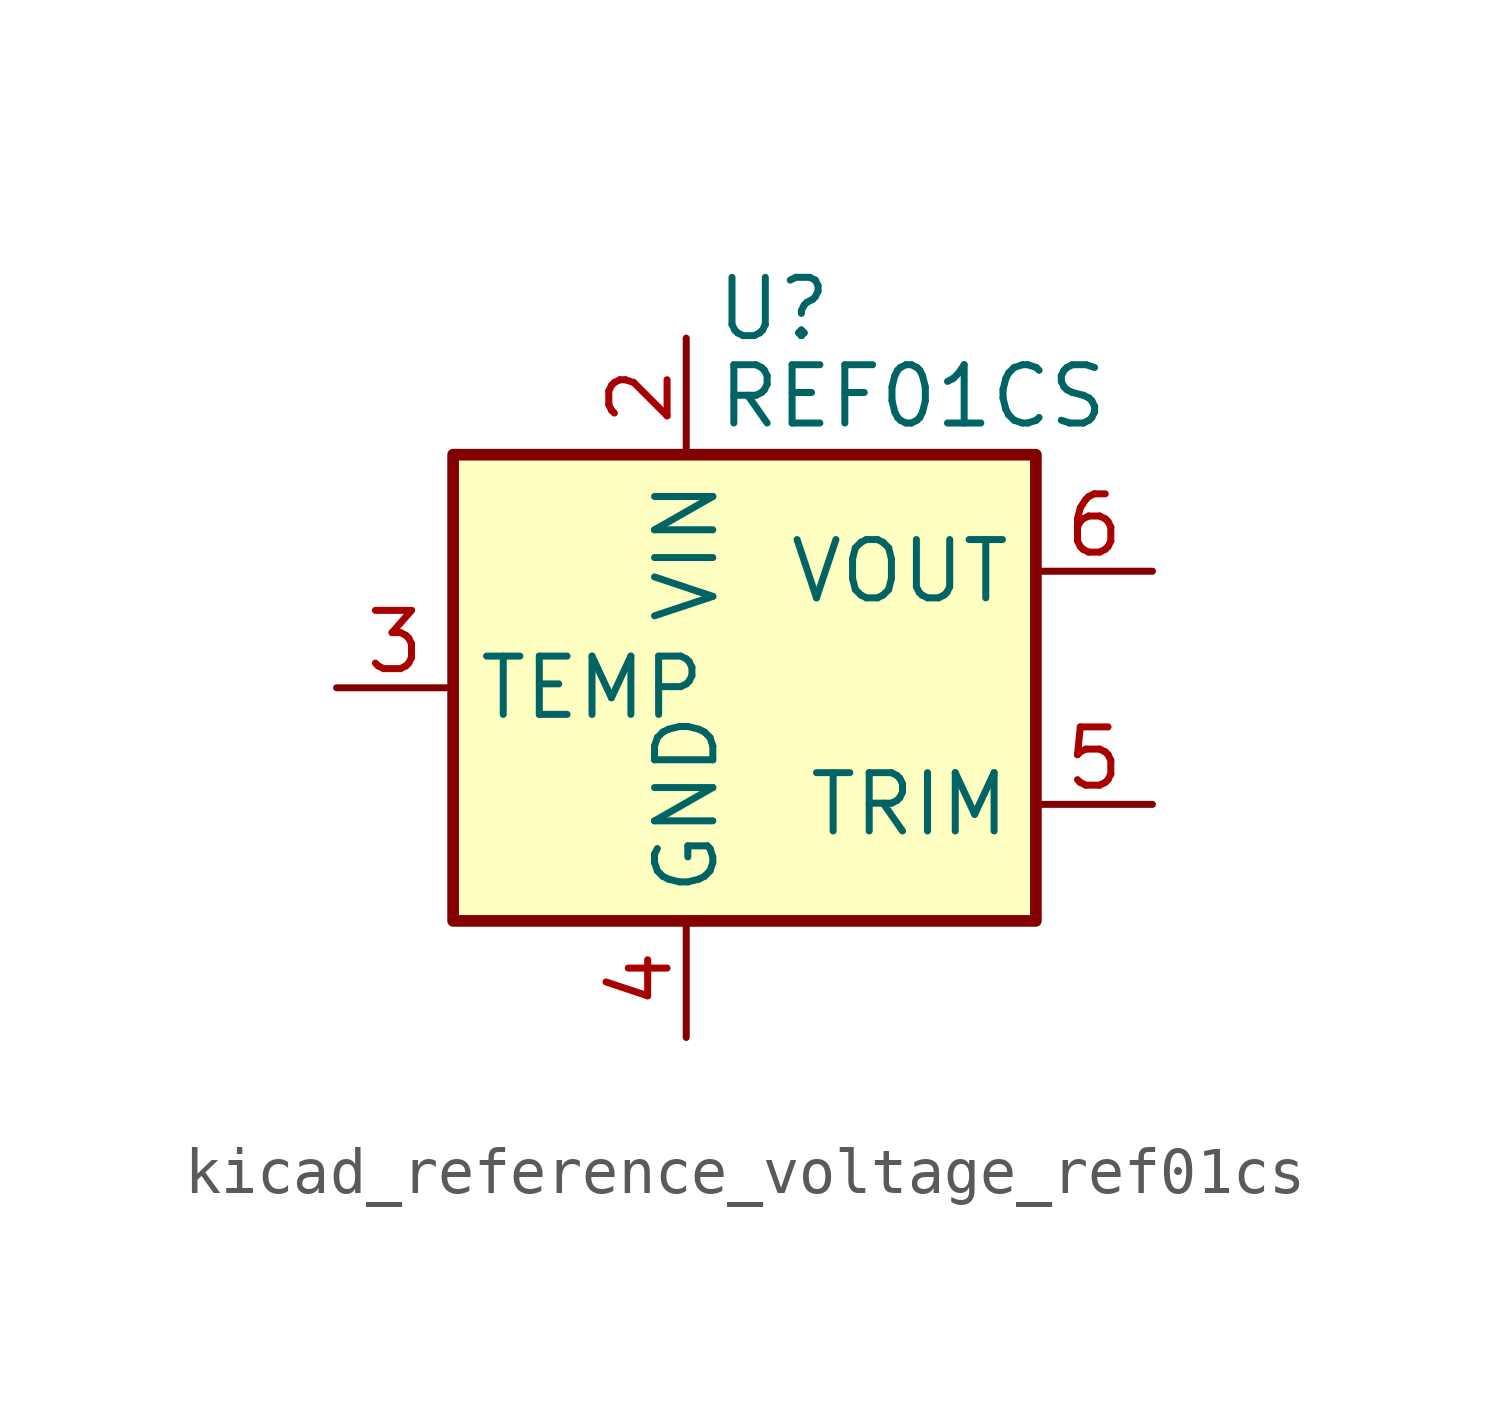
<source format=kicad_sym>
(kicad_symbol_lib
  (version 20220914)
  (generator kicad_symbol_editor)
  (symbol "kicad_reference_voltage_ref01cs"
    (property "Reference" "U"
      (at 1.905 8.255 0)
      (effects (font (size 1.27 1.27))))
    (property "Value" "REF01CS"
      (at 0.635 6.35 0)
      (effects (font (size 1.27 1.27)) (justify left)))
    (symbol "kicad_reference_voltage_ref01cs_0_1"
      (rectangle (start -5.08 5.08) (end 7.62 -5.08) (stroke (width 0.254) (type default)) (fill (type background))))
    (symbol "kicad_reference_voltage_ref01cs_1_1"
      (pin no_connect line (at 2.54 -5.08 90) (length 2.54) hide (name "NC" (effects (font (size 1.27 1.27)))) (number "1" (effects (font (size 1.27 1.27)))))
      (pin power_in line (at 0 7.62 270) (length 2.54) (name "VIN" (effects (font (size 1.27 1.27)))) (number "2" (effects (font (size 1.27 1.27)))))
      (pin passive line (at -7.62 0 0) (length 2.54) (name "TEMP" (effects (font (size 1.27 1.27)))) (number "3" (effects (font (size 1.27 1.27)))))
      (pin power_in line (at 0 -7.62 90) (length 2.54) (name "GND" (effects (font (size 1.27 1.27)))) (number "4" (effects (font (size 1.27 1.27)))))
      (pin passive line (at 10.16 -2.54 180) (length 2.54) (name "TRIM" (effects (font (size 1.27 1.27)))) (number "5" (effects (font (size 1.27 1.27)))))
      (pin power_out line (at 10.16 2.54 180) (length 2.54) (name "VOUT" (effects (font (size 1.27 1.27)))) (number "6" (effects (font (size 1.27 1.27)))))
      (pin no_connect line (at -2.54 -5.08 90) (length 2.54) hide (name "NC" (effects (font (size 1.27 1.27)))) (number "7" (effects (font (size 1.27 1.27)))))
      (pin no_connect line (at 7.62 0 180) (length 2.54) hide (name "NC" (effects (font (size 1.27 1.27)))) (number "8" (effects (font (size 1.27 1.27))))))))
</source>
